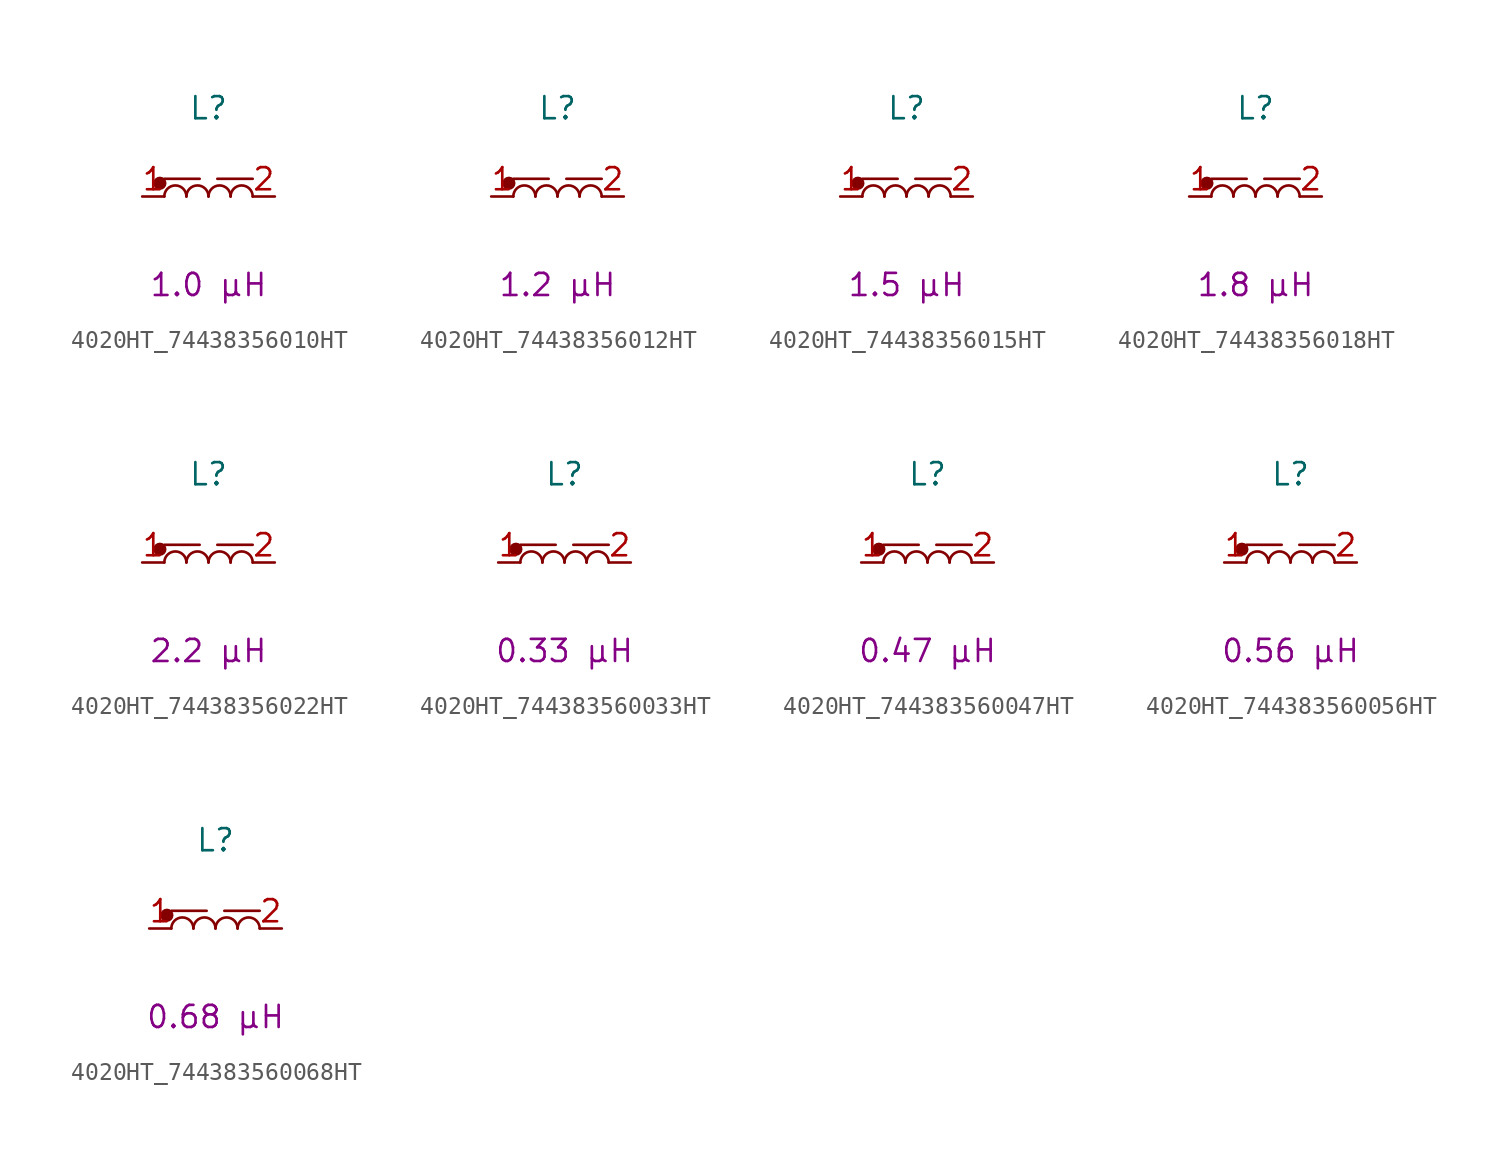
<source format=kicad_sym>
(kicad_symbol_lib
  (version 20241209)
  (generator "kicad_symbol_editor")
  (generator_version "9.0")
  (symbol "4020HT_74438356010HT"
    (pin_names
      (hide yes))
    (property "Reference" "L"
      (at 0 5.08 0)
      (effects (font (size 1.27 1.27))))
    (property "Critical Parameter" "1.0 µH"
      (at 0 -5.08 0)
      (effects (font (size 1.27 1.27))))
    (symbol "4020HT_74438356010HT_0_1"
      (polyline (pts (xy -2.54 1.016) (xy -0.508 1.016)) (stroke (width 0) (type default)) (fill (type none)))
      (arc (start -2.54 0) (mid -1.905 0.6323) (end -1.27 0) (stroke (width 0) (type default)) (fill (type none)))
      (arc (start -1.27 0) (mid -0.635 0.6323) (end 0 0) (stroke (width 0) (type default)) (fill (type none)))
      (arc (start 0 0) (mid 0.635 0.6323) (end 1.27 0) (stroke (width 0) (type default)) (fill (type none)))
      (arc (start 1.27 0) (mid 1.905 0.6323) (end 2.54 0) (stroke (width 0) (type default)) (fill (type none))))
    (symbol "4020HT_74438356010HT_1_1"
      (circle (center -2.794 0.762) (radius 0.0001) (stroke (width 0.381) (type default)) (fill (type none)))
      (polyline (pts (xy 2.54 1.016) (xy 0.508 1.016)) (stroke (width 0) (type default)) (fill (type none)))
      (pin passive line (at -3.81 0 0) (length 1.27) (name "1" (effects (font (size 1.27 1.27)))) (number "1" (effects (font (size 1.27 1.27)))))
      (pin passive line (at 3.81 0 180) (length 1.27) (name "2" (effects (font (size 1.27 1.27)))) (number "2" (effects (font (size 1.27 1.27)))))))
  (symbol "4020HT_74438356012HT"
    (pin_names
      (hide yes))
    (property "Reference" "L"
      (at 0 5.08 0)
      (effects (font (size 1.27 1.27))))
    (property "Critical Parameter" "1.2 µH"
      (at 0 -5.08 0)
      (effects (font (size 1.27 1.27))))
    (symbol "4020HT_74438356012HT_0_1"
      (polyline (pts (xy -2.54 1.016) (xy -0.508 1.016)) (stroke (width 0) (type default)) (fill (type none)))
      (arc (start -2.54 0) (mid -1.905 0.6323) (end -1.27 0) (stroke (width 0) (type default)) (fill (type none)))
      (arc (start -1.27 0) (mid -0.635 0.6323) (end 0 0) (stroke (width 0) (type default)) (fill (type none)))
      (arc (start 0 0) (mid 0.635 0.6323) (end 1.27 0) (stroke (width 0) (type default)) (fill (type none)))
      (arc (start 1.27 0) (mid 1.905 0.6323) (end 2.54 0) (stroke (width 0) (type default)) (fill (type none))))
    (symbol "4020HT_74438356012HT_1_1"
      (circle (center -2.794 0.762) (radius 0.0001) (stroke (width 0.381) (type default)) (fill (type none)))
      (polyline (pts (xy 2.54 1.016) (xy 0.508 1.016)) (stroke (width 0) (type default)) (fill (type none)))
      (pin passive line (at -3.81 0 0) (length 1.27) (name "1" (effects (font (size 1.27 1.27)))) (number "1" (effects (font (size 1.27 1.27)))))
      (pin passive line (at 3.81 0 180) (length 1.27) (name "2" (effects (font (size 1.27 1.27)))) (number "2" (effects (font (size 1.27 1.27)))))))
  (symbol "4020HT_74438356015HT"
    (pin_names
      (hide yes))
    (property "Reference" "L"
      (at 0 5.08 0)
      (effects (font (size 1.27 1.27))))
    (property "Critical Parameter" "1.5 µH"
      (at 0 -5.08 0)
      (effects (font (size 1.27 1.27))))
    (symbol "4020HT_74438356015HT_0_1"
      (polyline (pts (xy -2.54 1.016) (xy -0.508 1.016)) (stroke (width 0) (type default)) (fill (type none)))
      (arc (start -2.54 0) (mid -1.905 0.6323) (end -1.27 0) (stroke (width 0) (type default)) (fill (type none)))
      (arc (start -1.27 0) (mid -0.635 0.6323) (end 0 0) (stroke (width 0) (type default)) (fill (type none)))
      (arc (start 0 0) (mid 0.635 0.6323) (end 1.27 0) (stroke (width 0) (type default)) (fill (type none)))
      (arc (start 1.27 0) (mid 1.905 0.6323) (end 2.54 0) (stroke (width 0) (type default)) (fill (type none))))
    (symbol "4020HT_74438356015HT_1_1"
      (circle (center -2.794 0.762) (radius 0.0001) (stroke (width 0.381) (type default)) (fill (type none)))
      (polyline (pts (xy 2.54 1.016) (xy 0.508 1.016)) (stroke (width 0) (type default)) (fill (type none)))
      (pin passive line (at -3.81 0 0) (length 1.27) (name "1" (effects (font (size 1.27 1.27)))) (number "1" (effects (font (size 1.27 1.27)))))
      (pin passive line (at 3.81 0 180) (length 1.27) (name "2" (effects (font (size 1.27 1.27)))) (number "2" (effects (font (size 1.27 1.27)))))))
  (symbol "4020HT_74438356018HT"
    (pin_names
      (hide yes))
    (property "Reference" "L"
      (at 0 5.08 0)
      (effects (font (size 1.27 1.27))))
    (property "Critical Parameter" "1.8 µH"
      (at 0 -5.08 0)
      (effects (font (size 1.27 1.27))))
    (symbol "4020HT_74438356018HT_0_1"
      (polyline (pts (xy -2.54 1.016) (xy -0.508 1.016)) (stroke (width 0) (type default)) (fill (type none)))
      (arc (start -2.54 0) (mid -1.905 0.6323) (end -1.27 0) (stroke (width 0) (type default)) (fill (type none)))
      (arc (start -1.27 0) (mid -0.635 0.6323) (end 0 0) (stroke (width 0) (type default)) (fill (type none)))
      (arc (start 0 0) (mid 0.635 0.6323) (end 1.27 0) (stroke (width 0) (type default)) (fill (type none)))
      (arc (start 1.27 0) (mid 1.905 0.6323) (end 2.54 0) (stroke (width 0) (type default)) (fill (type none))))
    (symbol "4020HT_74438356018HT_1_1"
      (circle (center -2.794 0.762) (radius 0.0001) (stroke (width 0.381) (type default)) (fill (type none)))
      (polyline (pts (xy 2.54 1.016) (xy 0.508 1.016)) (stroke (width 0) (type default)) (fill (type none)))
      (pin passive line (at -3.81 0 0) (length 1.27) (name "1" (effects (font (size 1.27 1.27)))) (number "1" (effects (font (size 1.27 1.27)))))
      (pin passive line (at 3.81 0 180) (length 1.27) (name "2" (effects (font (size 1.27 1.27)))) (number "2" (effects (font (size 1.27 1.27)))))))
  (symbol "4020HT_74438356022HT"
    (pin_names
      (hide yes))
    (property "Reference" "L"
      (at 0 5.08 0)
      (effects (font (size 1.27 1.27))))
    (property "Critical Parameter" "2.2 µH"
      (at 0 -5.08 0)
      (effects (font (size 1.27 1.27))))
    (symbol "4020HT_74438356022HT_0_1"
      (polyline (pts (xy -2.54 1.016) (xy -0.508 1.016)) (stroke (width 0) (type default)) (fill (type none)))
      (arc (start -2.54 0) (mid -1.905 0.6323) (end -1.27 0) (stroke (width 0) (type default)) (fill (type none)))
      (arc (start -1.27 0) (mid -0.635 0.6323) (end 0 0) (stroke (width 0) (type default)) (fill (type none)))
      (arc (start 0 0) (mid 0.635 0.6323) (end 1.27 0) (stroke (width 0) (type default)) (fill (type none)))
      (arc (start 1.27 0) (mid 1.905 0.6323) (end 2.54 0) (stroke (width 0) (type default)) (fill (type none))))
    (symbol "4020HT_74438356022HT_1_1"
      (circle (center -2.794 0.762) (radius 0.0001) (stroke (width 0.381) (type default)) (fill (type none)))
      (polyline (pts (xy 2.54 1.016) (xy 0.508 1.016)) (stroke (width 0) (type default)) (fill (type none)))
      (pin passive line (at -3.81 0 0) (length 1.27) (name "1" (effects (font (size 1.27 1.27)))) (number "1" (effects (font (size 1.27 1.27)))))
      (pin passive line (at 3.81 0 180) (length 1.27) (name "2" (effects (font (size 1.27 1.27)))) (number "2" (effects (font (size 1.27 1.27)))))))
  (symbol "4020HT_744383560033HT"
    (pin_names
      (hide yes))
    (property "Reference" "L"
      (at 0 5.08 0)
      (effects (font (size 1.27 1.27))))
    (property "Critical Parameter" "0.33 µH"
      (at 0 -5.08 0)
      (effects (font (size 1.27 1.27))))
    (symbol "4020HT_744383560033HT_0_1"
      (polyline (pts (xy -2.54 1.016) (xy -0.508 1.016)) (stroke (width 0) (type default)) (fill (type none)))
      (arc (start -2.54 0) (mid -1.905 0.6323) (end -1.27 0) (stroke (width 0) (type default)) (fill (type none)))
      (arc (start -1.27 0) (mid -0.635 0.6323) (end 0 0) (stroke (width 0) (type default)) (fill (type none)))
      (arc (start 0 0) (mid 0.635 0.6323) (end 1.27 0) (stroke (width 0) (type default)) (fill (type none)))
      (arc (start 1.27 0) (mid 1.905 0.6323) (end 2.54 0) (stroke (width 0) (type default)) (fill (type none))))
    (symbol "4020HT_744383560033HT_1_1"
      (circle (center -2.794 0.762) (radius 0.0001) (stroke (width 0.381) (type default)) (fill (type none)))
      (polyline (pts (xy 2.54 1.016) (xy 0.508 1.016)) (stroke (width 0) (type default)) (fill (type none)))
      (pin passive line (at -3.81 0 0) (length 1.27) (name "1" (effects (font (size 1.27 1.27)))) (number "1" (effects (font (size 1.27 1.27)))))
      (pin passive line (at 3.81 0 180) (length 1.27) (name "2" (effects (font (size 1.27 1.27)))) (number "2" (effects (font (size 1.27 1.27)))))))
  (symbol "4020HT_744383560047HT"
    (pin_names
      (hide yes))
    (property "Reference" "L"
      (at 0 5.08 0)
      (effects (font (size 1.27 1.27))))
    (property "Critical Parameter" "0.47 µH"
      (at 0 -5.08 0)
      (effects (font (size 1.27 1.27))))
    (symbol "4020HT_744383560047HT_0_1"
      (polyline (pts (xy -2.54 1.016) (xy -0.508 1.016)) (stroke (width 0) (type default)) (fill (type none)))
      (arc (start -2.54 0) (mid -1.905 0.6323) (end -1.27 0) (stroke (width 0) (type default)) (fill (type none)))
      (arc (start -1.27 0) (mid -0.635 0.6323) (end 0 0) (stroke (width 0) (type default)) (fill (type none)))
      (arc (start 0 0) (mid 0.635 0.6323) (end 1.27 0) (stroke (width 0) (type default)) (fill (type none)))
      (arc (start 1.27 0) (mid 1.905 0.6323) (end 2.54 0) (stroke (width 0) (type default)) (fill (type none))))
    (symbol "4020HT_744383560047HT_1_1"
      (circle (center -2.794 0.762) (radius 0.0001) (stroke (width 0.381) (type default)) (fill (type none)))
      (polyline (pts (xy 2.54 1.016) (xy 0.508 1.016)) (stroke (width 0) (type default)) (fill (type none)))
      (pin passive line (at -3.81 0 0) (length 1.27) (name "1" (effects (font (size 1.27 1.27)))) (number "1" (effects (font (size 1.27 1.27)))))
      (pin passive line (at 3.81 0 180) (length 1.27) (name "2" (effects (font (size 1.27 1.27)))) (number "2" (effects (font (size 1.27 1.27)))))))
  (symbol "4020HT_744383560056HT"
    (pin_names
      (hide yes))
    (property "Reference" "L"
      (at 0 5.08 0)
      (effects (font (size 1.27 1.27))))
    (property "Critical Parameter" "0.56 µH"
      (at 0 -5.08 0)
      (effects (font (size 1.27 1.27))))
    (symbol "4020HT_744383560056HT_0_1"
      (polyline (pts (xy -2.54 1.016) (xy -0.508 1.016)) (stroke (width 0) (type default)) (fill (type none)))
      (arc (start -2.54 0) (mid -1.905 0.6323) (end -1.27 0) (stroke (width 0) (type default)) (fill (type none)))
      (arc (start -1.27 0) (mid -0.635 0.6323) (end 0 0) (stroke (width 0) (type default)) (fill (type none)))
      (arc (start 0 0) (mid 0.635 0.6323) (end 1.27 0) (stroke (width 0) (type default)) (fill (type none)))
      (arc (start 1.27 0) (mid 1.905 0.6323) (end 2.54 0) (stroke (width 0) (type default)) (fill (type none))))
    (symbol "4020HT_744383560056HT_1_1"
      (circle (center -2.794 0.762) (radius 0.0001) (stroke (width 0.381) (type default)) (fill (type none)))
      (polyline (pts (xy 2.54 1.016) (xy 0.508 1.016)) (stroke (width 0) (type default)) (fill (type none)))
      (pin passive line (at -3.81 0 0) (length 1.27) (name "1" (effects (font (size 1.27 1.27)))) (number "1" (effects (font (size 1.27 1.27)))))
      (pin passive line (at 3.81 0 180) (length 1.27) (name "2" (effects (font (size 1.27 1.27)))) (number "2" (effects (font (size 1.27 1.27)))))))
  (symbol "4020HT_744383560068HT"
    (pin_names
      (hide yes))
    (property "Reference" "L"
      (at 0 5.08 0)
      (effects (font (size 1.27 1.27))))
    (property "Critical Parameter" "0.68 µH"
      (at 0 -5.08 0)
      (effects (font (size 1.27 1.27))))
    (symbol "4020HT_744383560068HT_0_1"
      (polyline (pts (xy -2.54 1.016) (xy -0.508 1.016)) (stroke (width 0) (type default)) (fill (type none)))
      (arc (start -2.54 0) (mid -1.905 0.6323) (end -1.27 0) (stroke (width 0) (type default)) (fill (type none)))
      (arc (start -1.27 0) (mid -0.635 0.6323) (end 0 0) (stroke (width 0) (type default)) (fill (type none)))
      (arc (start 0 0) (mid 0.635 0.6323) (end 1.27 0) (stroke (width 0) (type default)) (fill (type none)))
      (arc (start 1.27 0) (mid 1.905 0.6323) (end 2.54 0) (stroke (width 0) (type default)) (fill (type none))))
    (symbol "4020HT_744383560068HT_1_1"
      (circle (center -2.794 0.762) (radius 0.0001) (stroke (width 0.381) (type default)) (fill (type none)))
      (polyline (pts (xy 2.54 1.016) (xy 0.508 1.016)) (stroke (width 0) (type default)) (fill (type none)))
      (pin passive line (at -3.81 0 0) (length 1.27) (name "1" (effects (font (size 1.27 1.27)))) (number "1" (effects (font (size 1.27 1.27)))))
      (pin passive line (at 3.81 0 180) (length 1.27) (name "2" (effects (font (size 1.27 1.27)))) (number "2" (effects (font (size 1.27 1.27))))))))
</source>
